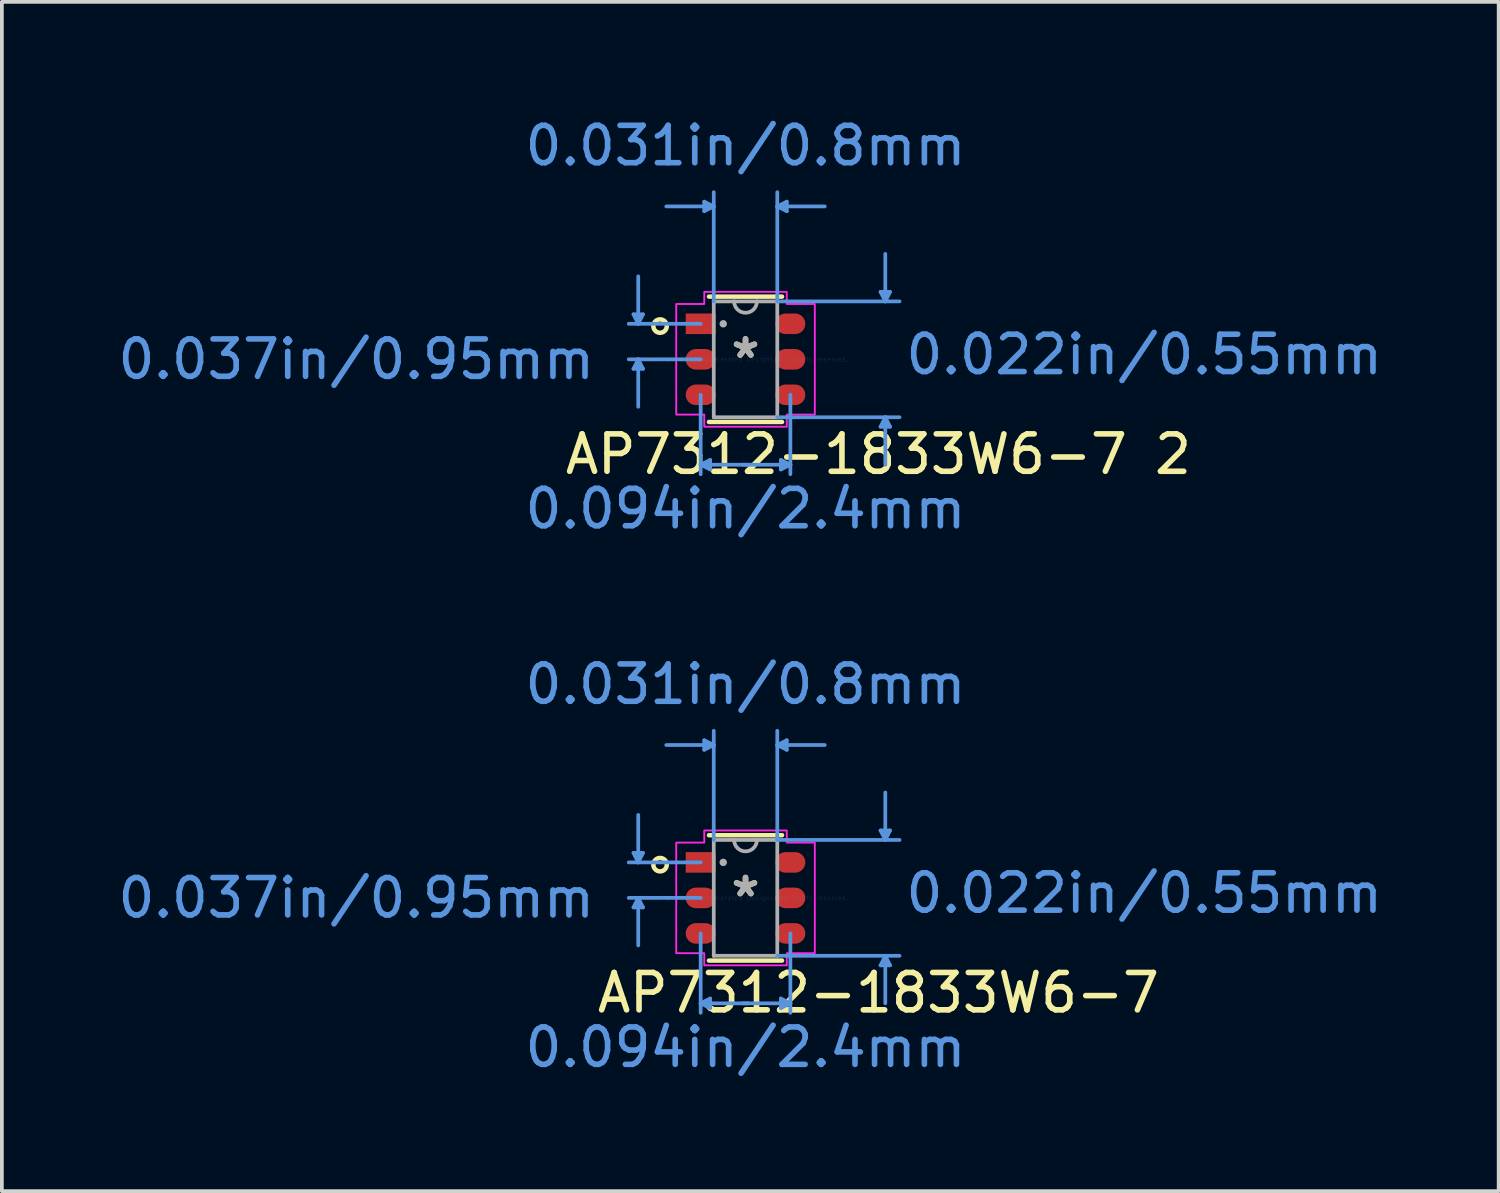
<source format=kicad_pcb>
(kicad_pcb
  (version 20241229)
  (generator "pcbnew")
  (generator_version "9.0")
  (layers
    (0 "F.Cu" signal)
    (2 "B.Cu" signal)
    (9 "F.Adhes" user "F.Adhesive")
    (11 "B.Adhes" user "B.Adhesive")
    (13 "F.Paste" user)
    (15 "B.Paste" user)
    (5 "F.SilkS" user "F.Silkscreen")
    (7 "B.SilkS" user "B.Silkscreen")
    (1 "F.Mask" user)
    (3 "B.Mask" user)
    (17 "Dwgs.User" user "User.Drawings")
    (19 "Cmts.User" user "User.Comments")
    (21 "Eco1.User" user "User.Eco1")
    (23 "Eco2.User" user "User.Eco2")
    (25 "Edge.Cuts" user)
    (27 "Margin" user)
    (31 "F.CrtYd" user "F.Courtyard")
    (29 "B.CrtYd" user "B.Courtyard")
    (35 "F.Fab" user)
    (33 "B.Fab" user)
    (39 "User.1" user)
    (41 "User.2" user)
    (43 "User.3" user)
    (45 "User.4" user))
  (footprint "AP7312-1833W6-7 2"
    (layer "F.Cu")
    (at 16.896 6.563)
    (property "Reference" "AP7312-1833W6-7 2" (at 3.556 2.54 0) (layer "F.SilkS") (effects (font (size 1 1) (thickness 0.15))))
    (attr smd)
    (fp_line (start -0.977 1.677) (end 0.977 1.677) (stroke (width 0.12) (type solid)) (layer "F.SilkS"))
    (fp_line (start 0.977 -1.677) (end -0.977 -1.677) (stroke (width 0.12) (type solid)) (layer "F.SilkS"))
    (fp_circle (center -2.286 -0.889) (end -2.159 -1.016) (stroke (width 0.12) (type solid)) (fill no) (layer "F.SilkS"))
    (fp_line (start -2.997 -1.204) (end -2.87 -0.95) (stroke (width 0.1) (type solid)) (layer "Cmts.User"))
    (fp_line (start -2.997 0.254) (end -2.87 0) (stroke (width 0.1) (type solid)) (layer "Cmts.User"))
    (fp_line (start -2.87 -0.95) (end -2.87 -2.22) (stroke (width 0.1) (type solid)) (layer "Cmts.User"))
    (fp_line (start -2.87 -0.95) (end -2.743 -1.204) (stroke (width 0.1) (type solid)) (layer "Cmts.User"))
    (fp_line (start -2.87 0) (end -2.87 1.27) (stroke (width 0.1) (type solid)) (layer "Cmts.User"))
    (fp_line (start -2.87 0) (end -2.743 0.254) (stroke (width 0.1) (type solid)) (layer "Cmts.User"))
    (fp_line (start -2.743 -1.204) (end -2.997 -1.204) (stroke (width 0.1) (type solid)) (layer "Cmts.User"))
    (fp_line (start -2.743 0.254) (end -2.997 0.254) (stroke (width 0.1) (type solid)) (layer "Cmts.User"))
    (fp_line (start -1.2 -0.95) (end -3.124 -0.95) (stroke (width 0.1) (type solid)) (layer "Cmts.User"))
    (fp_line (start -1.2 0) (end -3.124 0) (stroke (width 0.1) (type solid)) (layer "Cmts.User"))
    (fp_line (start -1.2 0.95) (end -1.2 3.074) (stroke (width 0.1) (type solid)) (layer "Cmts.User"))
    (fp_line (start -1.2 2.82) (end -0.946 2.947) (stroke (width 0.1) (type solid)) (layer "Cmts.User"))
    (fp_line (start -1.2 2.82) (end 0.07 2.82) (stroke (width 0.1) (type solid)) (layer "Cmts.User"))
    (fp_line (start -1.104 -4.217) (end -1.104 -3.963) (stroke (width 0.1) (type solid)) (layer "Cmts.User"))
    (fp_line (start -0.946 2.693) (end -1.2 2.82) (stroke (width 0.1) (type solid)) (layer "Cmts.User"))
    (fp_line (start -0.946 2.947) (end -0.946 2.693) (stroke (width 0.1) (type solid)) (layer "Cmts.User"))
    (fp_line (start -0.85 -4.09) (end -2.12 -4.09) (stroke (width 0.1) (type solid)) (layer "Cmts.User"))
    (fp_line (start -0.85 -4.09) (end -1.104 -4.217) (stroke (width 0.1) (type solid)) (layer "Cmts.User"))
    (fp_line (start -0.85 -4.09) (end -1.104 -3.963) (stroke (width 0.1) (type solid)) (layer "Cmts.User"))
    (fp_line (start -0.85 -1.55) (end -0.85 -4.471) (stroke (width 0.1) (type solid)) (layer "Cmts.User"))
    (fp_line (start 0.85 -4.09) (end 1.104 -4.217) (stroke (width 0.1) (type solid)) (layer "Cmts.User"))
    (fp_line (start 0.85 -4.09) (end 1.104 -3.963) (stroke (width 0.1) (type solid)) (layer "Cmts.User"))
    (fp_line (start 0.85 -4.09) (end 2.12 -4.09) (stroke (width 0.1) (type solid)) (layer "Cmts.User"))
    (fp_line (start 0.85 -1.55) (end 0.85 -4.471) (stroke (width 0.1) (type solid)) (layer "Cmts.User"))
    (fp_line (start 0.85 -1.55) (end 4.121 -1.55) (stroke (width 0.1) (type solid)) (layer "Cmts.User"))
    (fp_line (start 0.85 1.55) (end 4.121 1.55) (stroke (width 0.1) (type solid)) (layer "Cmts.User"))
    (fp_line (start 0.946 2.693) (end 1.2 2.82) (stroke (width 0.1) (type solid)) (layer "Cmts.User"))
    (fp_line (start 0.946 2.947) (end 0.946 2.693) (stroke (width 0.1) (type solid)) (layer "Cmts.User"))
    (fp_line (start 1.104 -4.217) (end 1.104 -3.963) (stroke (width 0.1) (type solid)) (layer "Cmts.User"))
    (fp_line (start 1.2 0.95) (end 1.2 3.074) (stroke (width 0.1) (type solid)) (layer "Cmts.User"))
    (fp_line (start 1.2 2.82) (end -0.07 2.82) (stroke (width 0.1) (type solid)) (layer "Cmts.User"))
    (fp_line (start 1.2 2.82) (end 0.946 2.947) (stroke (width 0.1) (type solid)) (layer "Cmts.User"))
    (fp_line (start 3.613 -1.804) (end 3.867 -1.804) (stroke (width 0.1) (type solid)) (layer "Cmts.User"))
    (fp_line (start 3.613 1.804) (end 3.867 1.804) (stroke (width 0.1) (type solid)) (layer "Cmts.User"))
    (fp_line (start 3.74 -1.55) (end 3.613 -1.804) (stroke (width 0.1) (type solid)) (layer "Cmts.User"))
    (fp_line (start 3.74 -1.55) (end 3.74 -2.82) (stroke (width 0.1) (type solid)) (layer "Cmts.User"))
    (fp_line (start 3.74 -1.55) (end 3.867 -1.804) (stroke (width 0.1) (type solid)) (layer "Cmts.User"))
    (fp_line (start 3.74 1.55) (end 3.613 1.804) (stroke (width 0.1) (type solid)) (layer "Cmts.User"))
    (fp_line (start 3.74 1.55) (end 3.74 2.82) (stroke (width 0.1) (type solid)) (layer "Cmts.User"))
    (fp_line (start 3.74 1.55) (end 3.867 1.804) (stroke (width 0.1) (type solid)) (layer "Cmts.User"))
    (fp_poly (pts (xy -1.854 -1.479) (xy -1.854 1.479) (xy -1.104 1.479) (xy -1.104 1.804) (xy 1.104 1.804) (xy 1.104 1.479) (xy 1.854 1.479) (xy 1.854 -1.479) (xy 1.104 -1.479) (xy 1.104 -1.804) (xy -1.104 -1.804) (xy -1.104 -1.479)) (stroke (width 0.05) (type solid)) (fill no) (layer "F.CrtYd"))
    (fp_line (start -0.85 -1.55) (end -0.85 1.55) (stroke (width 0.1) (type solid)) (layer "F.Fab"))
    (fp_line (start -0.85 1.55) (end 0.85 1.55) (stroke (width 0.1) (type solid)) (layer "F.Fab"))
    (fp_line (start 0.85 -1.55) (end -0.85 -1.55) (stroke (width 0.1) (type solid)) (layer "F.Fab"))
    (fp_line (start 0.85 1.55) (end 0.85 -1.55) (stroke (width 0.1) (type solid)) (layer "F.Fab"))
    (fp_arc (start 0.3048 -1.549998) (mid -0.000001 -1.245199) (end -0.3048 -1.55) (stroke (width 0.1) (type solid)) (layer "F.Fab"))
    (fp_circle (center -0.596 -0.95) (end -0.596 -0.95) (stroke (width 0.1) (type solid)) (fill no) (layer "F.Fab"))
    (fp_text user "*" (at 0 0 0) (layer "F.SilkS") (effects (font (size 1 1) (thickness 0.15))))
    (fp_text user "Copyright 2021 Accelerated Designs. All rights reserved." (at 0 0 0) (layer "Cmts.User") (effects (font (size 0.127 0.127) (thickness 0.002))))
    (fp_text user "0.022in/0.55mm" (at 10.668 -0.127 0) (layer "Cmts.User") (effects (font (size 1 1) (thickness 0.15))))
    (fp_text user "0.094in/2.4mm" (at 0 3.998 0) (layer "Cmts.User") (effects (font (size 1 1) (thickness 0.15))))
    (fp_text user "0.031in/0.8mm" (at 0 -5.715 0) (layer "Cmts.User") (effects (font (size 1 1) (thickness 0.15))))
    (fp_text user "0.037in/0.95mm" (at -10.414 0 0) (layer "Cmts.User") (effects (font (size 1 1) (thickness 0.15))))
    (fp_text user "*" (at 0 0 0) (layer "F.Fab") (effects (font (size 1 1) (thickness 0.15))))
    (pad "1" smd rect (at -1.2 -0.95) (size 0.8 0.55) (layers "F.Cu" "F.Mask" "F.Paste"))
    (pad "2" smd oval (at -1.2 0) (size 0.8 0.55) (layers "F.Cu" "F.Mask" "F.Paste"))
    (pad "3" smd oval (at -1.2 0.95) (size 0.8 0.55) (layers "F.Cu" "F.Mask" "F.Paste"))
    (pad "4" smd oval (at 1.2 0.95) (size 0.8 0.55) (layers "F.Cu" "F.Mask" "F.Paste"))
    (pad "5" smd oval (at 1.2 0) (size 0.8 0.55) (layers "F.Cu" "F.Mask" "F.Paste"))
    (pad "6" smd oval (at 1.2 -0.95) (size 0.8 0.55) (layers "F.Cu" "F.Mask" "F.Paste")))
  (footprint "AP7312-1833W6-7"
    (layer "F.Cu")
    (at 16.896 20.973)
    (property "Reference" "AP7312-1833W6-7" (at 3.556 2.54 0) (layer "F.SilkS") (effects (font (size 1 1) (thickness 0.15))))
    (attr smd)
    (fp_line (start -0.977 1.677) (end 0.977 1.677) (stroke (width 0.12) (type solid)) (layer "F.SilkS"))
    (fp_line (start 0.977 -1.677) (end -0.977 -1.677) (stroke (width 0.12) (type solid)) (layer "F.SilkS"))
    (fp_circle (center -2.286 -0.889) (end -2.159 -1.016) (stroke (width 0.12) (type solid)) (fill no) (layer "F.SilkS"))
    (fp_line (start -2.997 -1.204) (end -2.87 -0.95) (stroke (width 0.1) (type solid)) (layer "Cmts.User"))
    (fp_line (start -2.997 0.254) (end -2.87 0) (stroke (width 0.1) (type solid)) (layer "Cmts.User"))
    (fp_line (start -2.87 -0.95) (end -2.87 -2.22) (stroke (width 0.1) (type solid)) (layer "Cmts.User"))
    (fp_line (start -2.87 -0.95) (end -2.743 -1.204) (stroke (width 0.1) (type solid)) (layer "Cmts.User"))
    (fp_line (start -2.87 0) (end -2.87 1.27) (stroke (width 0.1) (type solid)) (layer "Cmts.User"))
    (fp_line (start -2.87 0) (end -2.743 0.254) (stroke (width 0.1) (type solid)) (layer "Cmts.User"))
    (fp_line (start -2.743 -1.204) (end -2.997 -1.204) (stroke (width 0.1) (type solid)) (layer "Cmts.User"))
    (fp_line (start -2.743 0.254) (end -2.997 0.254) (stroke (width 0.1) (type solid)) (layer "Cmts.User"))
    (fp_line (start -1.2 -0.95) (end -3.124 -0.95) (stroke (width 0.1) (type solid)) (layer "Cmts.User"))
    (fp_line (start -1.2 0) (end -3.124 0) (stroke (width 0.1) (type solid)) (layer "Cmts.User"))
    (fp_line (start -1.2 0.95) (end -1.2 3.074) (stroke (width 0.1) (type solid)) (layer "Cmts.User"))
    (fp_line (start -1.2 2.82) (end -0.946 2.947) (stroke (width 0.1) (type solid)) (layer "Cmts.User"))
    (fp_line (start -1.2 2.82) (end 0.07 2.82) (stroke (width 0.1) (type solid)) (layer "Cmts.User"))
    (fp_line (start -1.104 -4.217) (end -1.104 -3.963) (stroke (width 0.1) (type solid)) (layer "Cmts.User"))
    (fp_line (start -0.946 2.693) (end -1.2 2.82) (stroke (width 0.1) (type solid)) (layer "Cmts.User"))
    (fp_line (start -0.946 2.947) (end -0.946 2.693) (stroke (width 0.1) (type solid)) (layer "Cmts.User"))
    (fp_line (start -0.85 -4.09) (end -2.12 -4.09) (stroke (width 0.1) (type solid)) (layer "Cmts.User"))
    (fp_line (start -0.85 -4.09) (end -1.104 -4.217) (stroke (width 0.1) (type solid)) (layer "Cmts.User"))
    (fp_line (start -0.85 -4.09) (end -1.104 -3.963) (stroke (width 0.1) (type solid)) (layer "Cmts.User"))
    (fp_line (start -0.85 -1.55) (end -0.85 -4.471) (stroke (width 0.1) (type solid)) (layer "Cmts.User"))
    (fp_line (start 0.85 -4.09) (end 1.104 -4.217) (stroke (width 0.1) (type solid)) (layer "Cmts.User"))
    (fp_line (start 0.85 -4.09) (end 1.104 -3.963) (stroke (width 0.1) (type solid)) (layer "Cmts.User"))
    (fp_line (start 0.85 -4.09) (end 2.12 -4.09) (stroke (width 0.1) (type solid)) (layer "Cmts.User"))
    (fp_line (start 0.85 -1.55) (end 0.85 -4.471) (stroke (width 0.1) (type solid)) (layer "Cmts.User"))
    (fp_line (start 0.85 -1.55) (end 4.121 -1.55) (stroke (width 0.1) (type solid)) (layer "Cmts.User"))
    (fp_line (start 0.85 1.55) (end 4.121 1.55) (stroke (width 0.1) (type solid)) (layer "Cmts.User"))
    (fp_line (start 0.946 2.693) (end 1.2 2.82) (stroke (width 0.1) (type solid)) (layer "Cmts.User"))
    (fp_line (start 0.946 2.947) (end 0.946 2.693) (stroke (width 0.1) (type solid)) (layer "Cmts.User"))
    (fp_line (start 1.104 -4.217) (end 1.104 -3.963) (stroke (width 0.1) (type solid)) (layer "Cmts.User"))
    (fp_line (start 1.2 0.95) (end 1.2 3.074) (stroke (width 0.1) (type solid)) (layer "Cmts.User"))
    (fp_line (start 1.2 2.82) (end -0.07 2.82) (stroke (width 0.1) (type solid)) (layer "Cmts.User"))
    (fp_line (start 1.2 2.82) (end 0.946 2.947) (stroke (width 0.1) (type solid)) (layer "Cmts.User"))
    (fp_line (start 3.613 -1.804) (end 3.867 -1.804) (stroke (width 0.1) (type solid)) (layer "Cmts.User"))
    (fp_line (start 3.613 1.804) (end 3.867 1.804) (stroke (width 0.1) (type solid)) (layer "Cmts.User"))
    (fp_line (start 3.74 -1.55) (end 3.613 -1.804) (stroke (width 0.1) (type solid)) (layer "Cmts.User"))
    (fp_line (start 3.74 -1.55) (end 3.74 -2.82) (stroke (width 0.1) (type solid)) (layer "Cmts.User"))
    (fp_line (start 3.74 -1.55) (end 3.867 -1.804) (stroke (width 0.1) (type solid)) (layer "Cmts.User"))
    (fp_line (start 3.74 1.55) (end 3.613 1.804) (stroke (width 0.1) (type solid)) (layer "Cmts.User"))
    (fp_line (start 3.74 1.55) (end 3.74 2.82) (stroke (width 0.1) (type solid)) (layer "Cmts.User"))
    (fp_line (start 3.74 1.55) (end 3.867 1.804) (stroke (width 0.1) (type solid)) (layer "Cmts.User"))
    (fp_poly (pts (xy -1.854 -1.479) (xy -1.854 1.479) (xy -1.104 1.479) (xy -1.104 1.804) (xy 1.104 1.804) (xy 1.104 1.479) (xy 1.854 1.479) (xy 1.854 -1.479) (xy 1.104 -1.479) (xy 1.104 -1.804) (xy -1.104 -1.804) (xy -1.104 -1.479)) (stroke (width 0.05) (type solid)) (fill no) (layer "F.CrtYd"))
    (fp_line (start -0.85 -1.55) (end -0.85 1.55) (stroke (width 0.1) (type solid)) (layer "F.Fab"))
    (fp_line (start -0.85 1.55) (end 0.85 1.55) (stroke (width 0.1) (type solid)) (layer "F.Fab"))
    (fp_line (start 0.85 -1.55) (end -0.85 -1.55) (stroke (width 0.1) (type solid)) (layer "F.Fab"))
    (fp_line (start 0.85 1.55) (end 0.85 -1.55) (stroke (width 0.1) (type solid)) (layer "F.Fab"))
    (fp_arc (start 0.3048 -1.549998) (mid -0.000001 -1.245199) (end -0.3048 -1.55) (stroke (width 0.1) (type solid)) (layer "F.Fab"))
    (fp_circle (center -0.596 -0.95) (end -0.596 -0.95) (stroke (width 0.1) (type solid)) (fill no) (layer "F.Fab"))
    (fp_text user "*" (at 0 0 0) (layer "F.SilkS") (effects (font (size 1 1) (thickness 0.15))))
    (fp_text user "0.031in/0.8mm" (at 0 -5.715 0) (layer "Cmts.User") (effects (font (size 1 1) (thickness 0.15))))
    (fp_text user "0.037in/0.95mm" (at -10.414 0 0) (layer "Cmts.User") (effects (font (size 1 1) (thickness 0.15))))
    (fp_text user "0.094in/2.4mm" (at 0 3.998 0) (layer "Cmts.User") (effects (font (size 1 1) (thickness 0.15))))
    (fp_text user "0.022in/0.55mm" (at 10.668 -0.127 0) (layer "Cmts.User") (effects (font (size 1 1) (thickness 0.15))))
    (fp_text user "Copyright 2021 Accelerated Designs. All rights reserved." (at 0 0 0) (layer "Cmts.User") (effects (font (size 0.127 0.127) (thickness 0.002))))
    (fp_text user "*" (at 0 0 0) (layer "F.Fab") (effects (font (size 1 1) (thickness 0.15))))
    (pad "1" smd rect (at -1.2 -0.95) (size 0.8 0.55) (layers "F.Cu" "F.Mask" "F.Paste"))
    (pad "2" smd oval (at -1.2 0) (size 0.8 0.55) (layers "F.Cu" "F.Mask" "F.Paste"))
    (pad "3" smd oval (at -1.2 0.95) (size 0.8 0.55) (layers "F.Cu" "F.Mask" "F.Paste"))
    (pad "4" smd oval (at 1.2 0.95) (size 0.8 0.55) (layers "F.Cu" "F.Mask" "F.Paste"))
    (pad "5" smd oval (at 1.2 0) (size 0.8 0.55) (layers "F.Cu" "F.Mask" "F.Paste"))
    (pad "6" smd oval (at 1.2 -0.95) (size 0.8 0.55) (layers "F.Cu" "F.Mask" "F.Paste")))
  (gr_rect
    (start -3 -3)
    (end 37.046 28.819)
    (stroke (width 0.1) (type default))
    (fill no)
    (layer "Edge.Cuts")))
</source>
